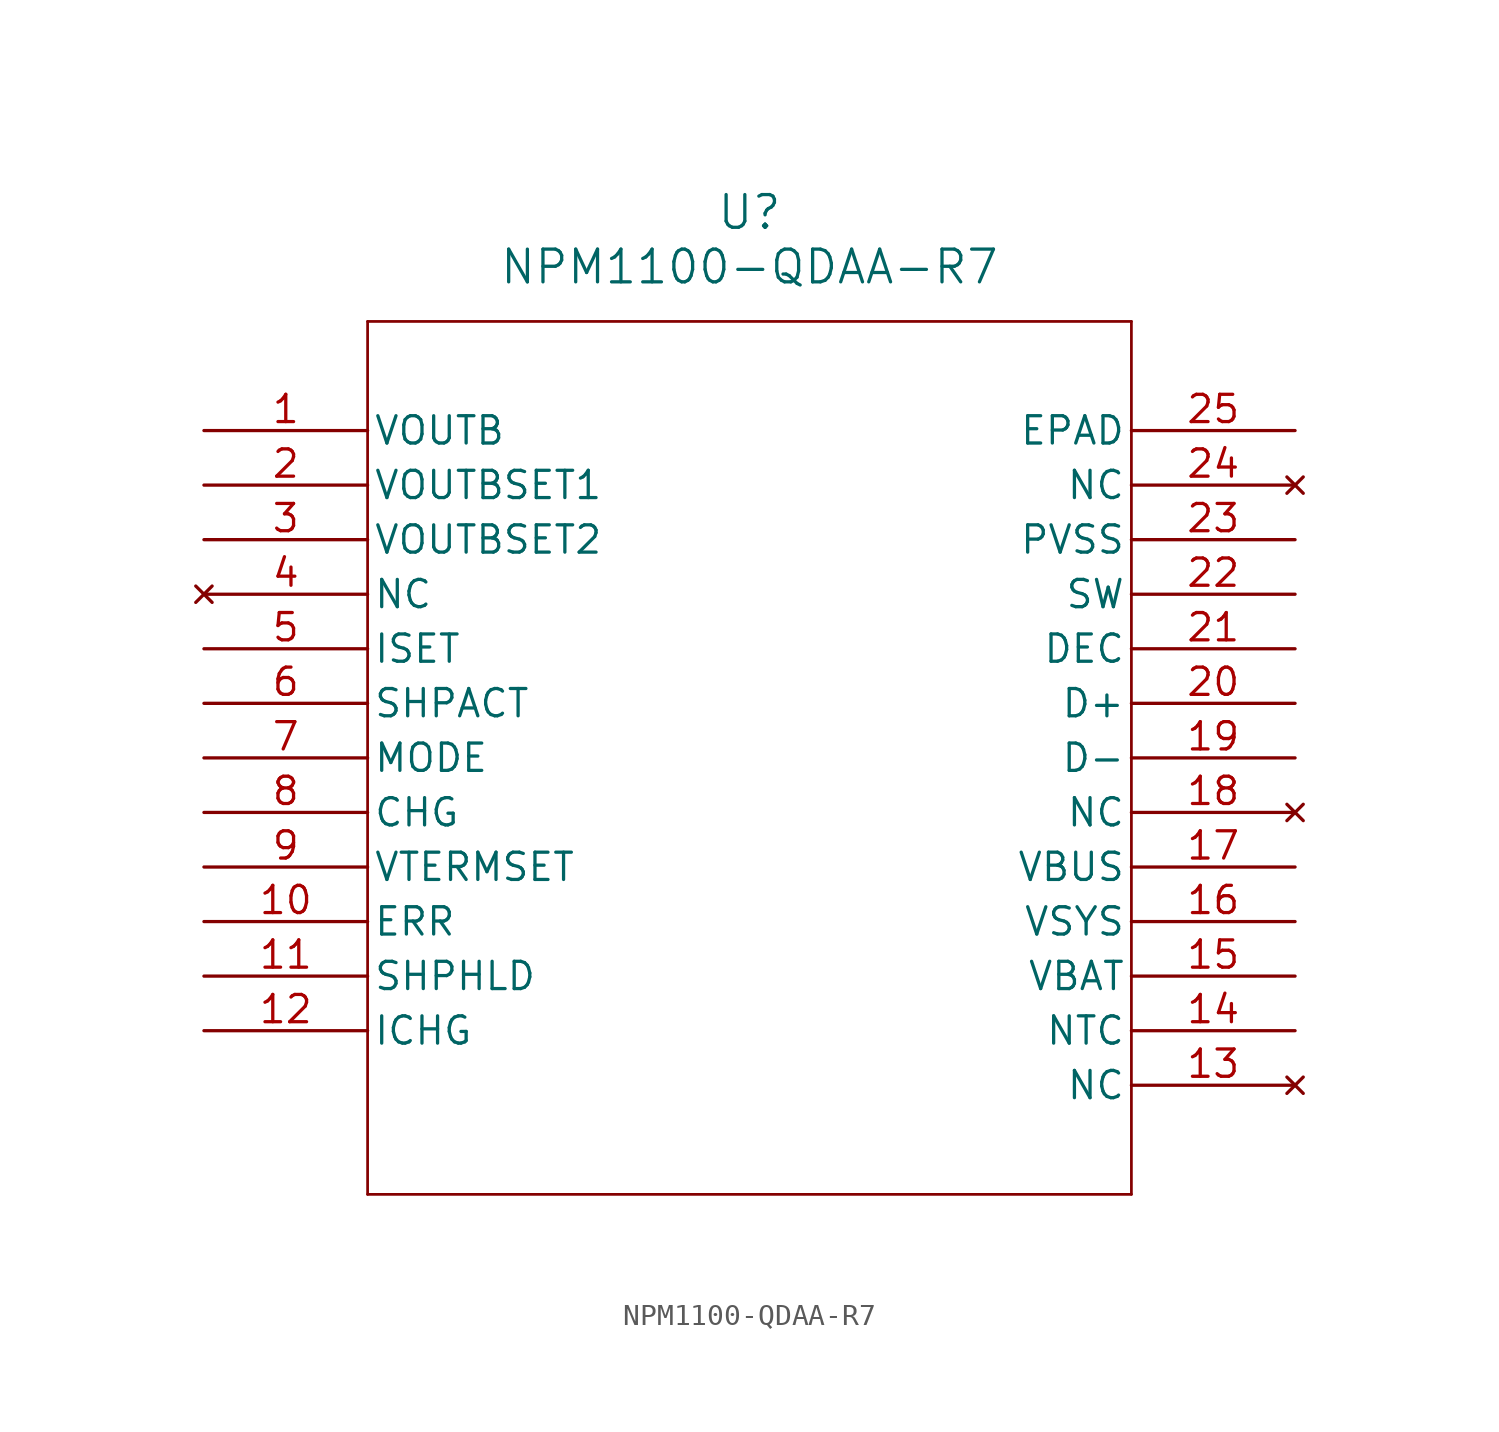
<source format=kicad_sym>
(kicad_symbol_lib
  (version 20211014)
  (generator kicad_symbol_editor)
  (symbol "NPM1100-QDAA-R7"
    (pin_names
      (offset 0.254))
    (property "Reference" "U"
      (at 25.4 10.16 0)
      (effects (font (size 1.524 1.524))))
    (property "Value" "NPM1100-QDAA-R7"
      (at 25.4 7.62 0)
      (effects (font (size 1.524 1.524))))
    (symbol "NPM1100-QDAA-R7_0_1"
      (polyline (pts (xy 7.62 5.08) (xy 7.62 -35.56)) (stroke (width 0.127) (type default) (color 0 0 0 0)) (fill (type none)))
      (polyline (pts (xy 7.62 -35.56) (xy 43.18 -35.56)) (stroke (width 0.127) (type default) (color 0 0 0 0)) (fill (type none)))
      (polyline (pts (xy 43.18 -35.56) (xy 43.18 5.08)) (stroke (width 0.127) (type default) (color 0 0 0 0)) (fill (type none)))
      (polyline (pts (xy 43.18 5.08) (xy 7.62 5.08)) (stroke (width 0.127) (type default) (color 0 0 0 0)) (fill (type none)))
      (pin power_in line (at 0 0 0) (length 7.62) (name "VOUTB" (effects (font (size 1.27 1.27)))) (number "1" (effects (font (size 1.27 1.27)))))
      (pin bidirectional line (at 0 -2.54 0) (length 7.62) (name "VOUTBSET1" (effects (font (size 1.27 1.27)))) (number "2" (effects (font (size 1.27 1.27)))))
      (pin bidirectional line (at 0 -5.08 0) (length 7.62) (name "VOUTBSET2" (effects (font (size 1.27 1.27)))) (number "3" (effects (font (size 1.27 1.27)))))
      (pin no_connect line (at 0 -7.62 0) (length 7.62) (name "NC" (effects (font (size 1.27 1.27)))) (number "4" (effects (font (size 1.27 1.27)))))
      (pin bidirectional line (at 0 -10.16 0) (length 7.62) (name "ISET" (effects (font (size 1.27 1.27)))) (number "5" (effects (font (size 1.27 1.27)))))
      (pin bidirectional line (at 0 -12.7 0) (length 7.62) (name "SHPACT" (effects (font (size 1.27 1.27)))) (number "6" (effects (font (size 1.27 1.27)))))
      (pin bidirectional line (at 0 -15.24 0) (length 7.62) (name "MODE" (effects (font (size 1.27 1.27)))) (number "7" (effects (font (size 1.27 1.27)))))
      (pin output line (at 0 -17.78 0) (length 7.62) (name "CHG" (effects (font (size 1.27 1.27)))) (number "8" (effects (font (size 1.27 1.27)))))
      (pin power_in line (at 0 -20.32 0) (length 7.62) (name "VTERMSET" (effects (font (size 1.27 1.27)))) (number "9" (effects (font (size 1.27 1.27)))))
      (pin output line (at 0 -22.86 0) (length 7.62) (name "ERR" (effects (font (size 1.27 1.27)))) (number "10" (effects (font (size 1.27 1.27)))))
      (pin bidirectional line (at 0 -25.4 0) (length 7.62) (name "SHPHLD" (effects (font (size 1.27 1.27)))) (number "11" (effects (font (size 1.27 1.27)))))
      (pin input line (at 0 -27.94 0) (length 7.62) (name "ICHG" (effects (font (size 1.27 1.27)))) (number "12" (effects (font (size 1.27 1.27)))))
      (pin no_connect line (at 50.8 -30.48 180) (length 7.62) (name "NC" (effects (font (size 1.27 1.27)))) (number "13" (effects (font (size 1.27 1.27)))))
      (pin input line (at 50.8 -27.94 180) (length 7.62) (name "NTC" (effects (font (size 1.27 1.27)))) (number "14" (effects (font (size 1.27 1.27)))))
      (pin power_in line (at 50.8 -25.4 180) (length 7.62) (name "VBAT" (effects (font (size 1.27 1.27)))) (number "15" (effects (font (size 1.27 1.27)))))
      (pin power_in line (at 50.8 -22.86 180) (length 7.62) (name "VSYS" (effects (font (size 1.27 1.27)))) (number "16" (effects (font (size 1.27 1.27)))))
      (pin power_in line (at 50.8 -20.32 180) (length 7.62) (name "VBUS" (effects (font (size 1.27 1.27)))) (number "17" (effects (font (size 1.27 1.27)))))
      (pin no_connect line (at 50.8 -17.78 180) (length 7.62) (name "NC" (effects (font (size 1.27 1.27)))) (number "18" (effects (font (size 1.27 1.27)))))
      (pin input line (at 50.8 -15.24 180) (length 7.62) (name "D-" (effects (font (size 1.27 1.27)))) (number "19" (effects (font (size 1.27 1.27)))))
      (pin input line (at 50.8 -12.7 180) (length 7.62) (name "D+" (effects (font (size 1.27 1.27)))) (number "20" (effects (font (size 1.27 1.27)))))
      (pin power_in line (at 50.8 -10.16 180) (length 7.62) (name "DEC" (effects (font (size 1.27 1.27)))) (number "21" (effects (font (size 1.27 1.27)))))
      (pin power_in line (at 50.8 -7.62 180) (length 7.62) (name "SW" (effects (font (size 1.27 1.27)))) (number "22" (effects (font (size 1.27 1.27)))))
      (pin power_out line (at 50.8 -5.08 180) (length 7.62) (name "PVSS" (effects (font (size 1.27 1.27)))) (number "23" (effects (font (size 1.27 1.27)))))
      (pin no_connect line (at 50.8 -2.54 180) (length 7.62) (name "NC" (effects (font (size 1.27 1.27)))) (number "24" (effects (font (size 1.27 1.27)))))
      (pin power_out line (at 50.8 0 180) (length 7.62) (name "EPAD" (effects (font (size 1.27 1.27)))) (number "25" (effects (font (size 1.27 1.27))))))))
</source>
